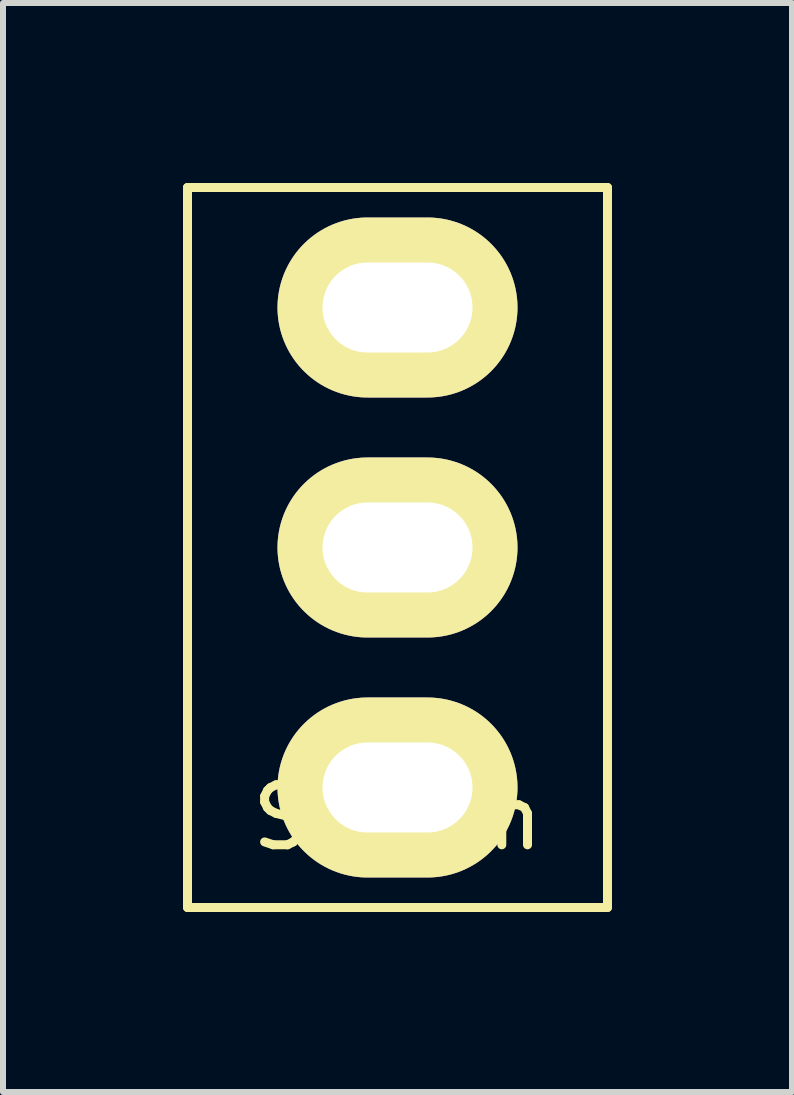
<source format=kicad_pcb>
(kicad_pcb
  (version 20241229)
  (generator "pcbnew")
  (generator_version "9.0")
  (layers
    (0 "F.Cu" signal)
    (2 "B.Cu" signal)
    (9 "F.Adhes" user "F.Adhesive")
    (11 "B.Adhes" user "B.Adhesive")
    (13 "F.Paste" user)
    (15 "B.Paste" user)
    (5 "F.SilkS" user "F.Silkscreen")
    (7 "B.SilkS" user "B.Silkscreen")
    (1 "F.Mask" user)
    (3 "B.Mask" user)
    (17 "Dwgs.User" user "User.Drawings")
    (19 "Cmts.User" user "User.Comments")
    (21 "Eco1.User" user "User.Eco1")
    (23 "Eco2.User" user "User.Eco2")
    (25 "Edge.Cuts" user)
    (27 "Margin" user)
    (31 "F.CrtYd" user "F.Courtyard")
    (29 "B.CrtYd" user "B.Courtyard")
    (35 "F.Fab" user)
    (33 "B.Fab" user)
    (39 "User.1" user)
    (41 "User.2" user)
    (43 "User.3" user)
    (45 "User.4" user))
  (footprint "Switch"
    (layer "F.Cu")
    (at 3.575 10.075)
    (property "Reference" "Switch" (at 0 0.5 0) (layer "F.SilkS") (effects (font (size 1 1) (thickness 0.15))))
    (attr through_hole)
    (fp_line (start -3.5 -10) (end 3.5 -10) (stroke (width 0.15) (type solid)) (layer "F.SilkS"))
    (fp_line (start -3.5 2) (end -3.5 -10) (stroke (width 0.15) (type solid)) (layer "F.SilkS"))
    (fp_line (start -3.5 2) (end -2.5 2) (stroke (width 0.15) (type solid)) (layer "F.SilkS"))
    (fp_line (start -2.5 2) (end 2.5 2) (stroke (width 0.15) (type solid)) (layer "F.SilkS"))
    (fp_line (start 3.5 -10) (end 3.5 2) (stroke (width 0.15) (type solid)) (layer "F.SilkS"))
    (fp_line (start 3.5 2) (end 2.5 2) (stroke (width 0.15) (type solid)) (layer "F.SilkS"))
    (pad "1" thru_hole oval (at 0 0) (size 4 3) (drill oval 2.5 1.5) (layers "*.Cu" "*.Mask" "F.SilkS"))
    (pad "2" thru_hole oval (at 0 -4) (size 4 3) (drill oval 2.5 1.5) (layers "*.Cu" "*.Mask" "F.SilkS"))
    (pad "3" thru_hole oval (at 0 -8) (size 4 3) (drill oval 2.5 1.5) (layers "*.Cu" "*.Mask" "F.SilkS")))
  (gr_rect
    (start -3 -3)
    (end 10.15 15.15)
    (stroke (width 0.1) (type default))
    (fill no)
    (layer "Edge.Cuts")))
</source>
